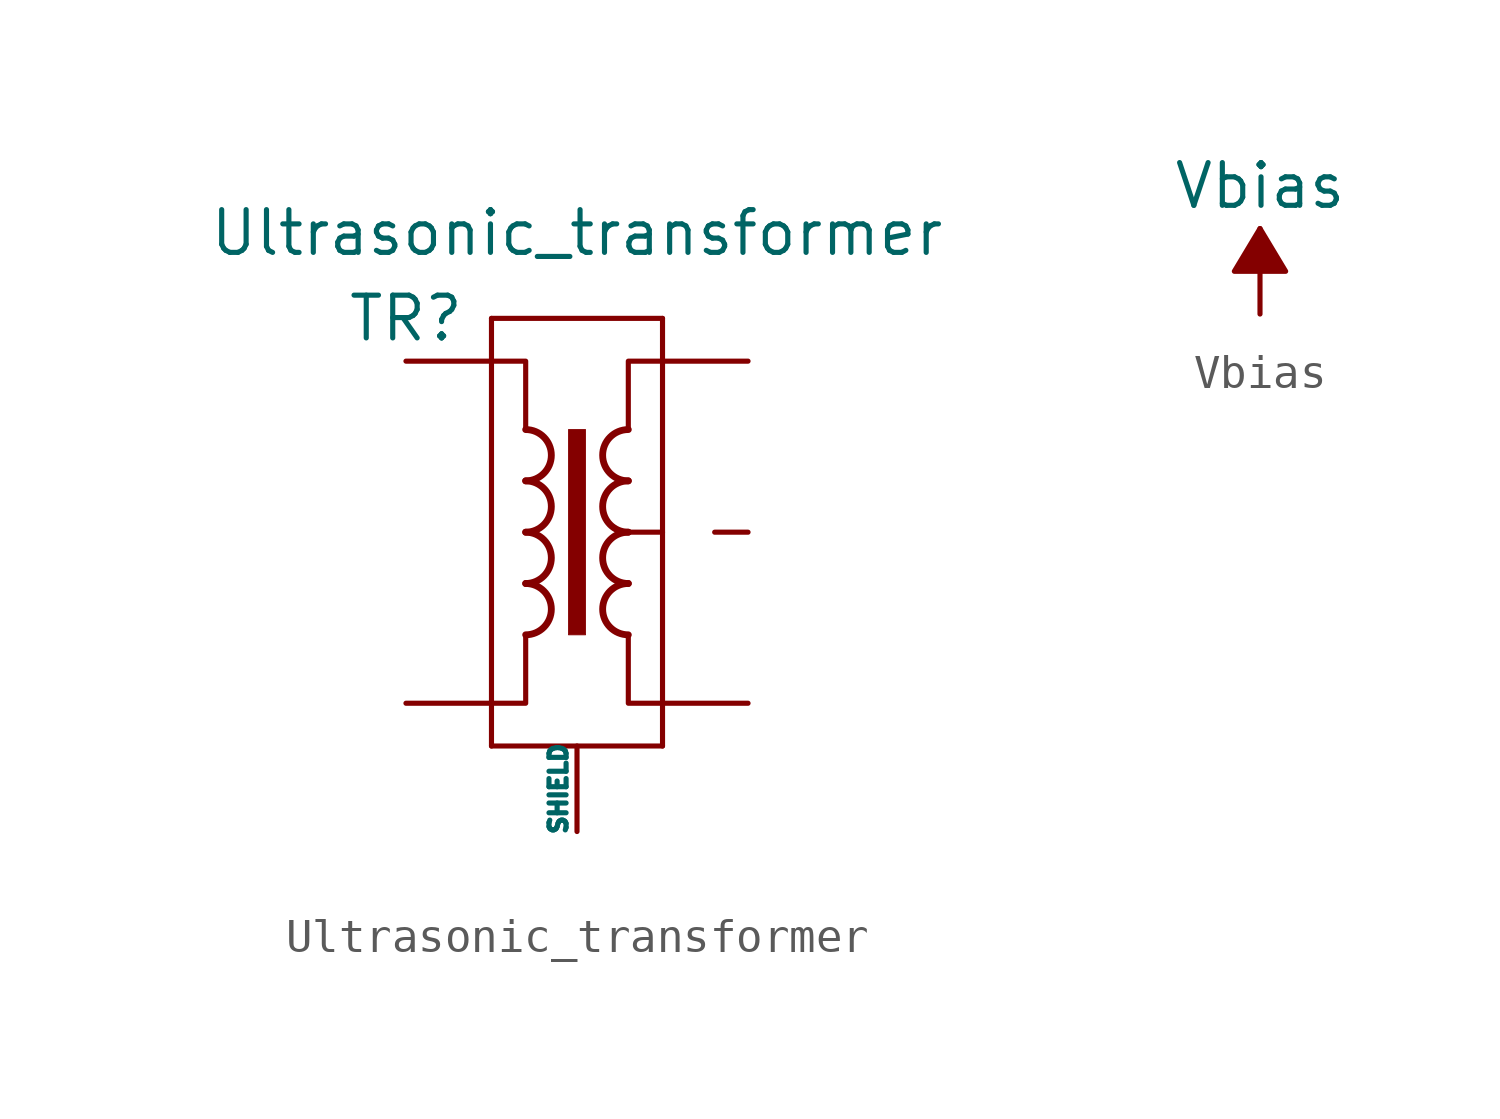
<source format=kicad_sym>
(kicad_symbol_lib
  (version 20211014)
  (generator kicad_symbol_editor)
  (symbol "Ultrasonic_transformer"
    (pin_numbers hide)
    (pin_names
      (offset 0))
    (property "Reference" "TR"
      (at -5.08 6.35 0)
      (effects (font (size 1.27 1.27))))
    (property "Value" "Ultrasonic_transformer"
      (at 0 8.89 0)
      (effects (font (size 1.27 1.27))))
    (symbol "Ultrasonic_transformer_0_1"
      (rectangle (start -2.54 -6.35) (end -2.54 6.35) (stroke (width 0) (type default) (color 0 0 0 0)) (fill (type none)))
      (rectangle (start -2.54 6.35) (end 2.54 6.35) (stroke (width 0) (type default) (color 0 0 0 0)) (fill (type none)))
      (arc (start -1.524 -3.048) (mid -0.762 -2.286) (end -1.524 -1.524) (stroke (width 0.2032) (type default) (color 0 0 0 0)) (fill (type none)))
      (arc (start -1.524 -1.524) (mid -0.762 -0.762) (end -1.524 0) (stroke (width 0.2032) (type default) (color 0 0 0 0)) (fill (type none)))
      (arc (start -1.524 0) (mid -0.762 0.762) (end -1.524 1.524) (stroke (width 0.2032) (type default) (color 0 0 0 0)) (fill (type none)))
      (arc (start -1.524 1.524) (mid -0.762 2.286) (end -1.524 3.048) (stroke (width 0.2032) (type default) (color 0 0 0 0)) (fill (type none)))
      (polyline (pts (xy 1.524 0) (xy 2.54 0) (xy 2.54 0)) (stroke (width 0) (type default) (color 0 0 0 0)) (fill (type outline)))
      (polyline (pts (xy -2.54 -5.08) (xy -1.524 -5.08) (xy -1.524 -3.048) (xy -1.524 -3.048)) (stroke (width 0.152) (type default) (color 0 0 0 0)) (fill (type none)))
      (polyline (pts (xy -1.524 3.048) (xy -1.524 5.08) (xy -2.54 5.08) (xy -2.54 5.08)) (stroke (width 0.152) (type default) (color 0 0 0 0)) (fill (type none)))
      (polyline (pts (xy 1.524 -3.048) (xy 1.524 -5.08) (xy 2.54 -5.08) (xy 2.54 -5.08)) (stroke (width 0.152) (type default) (color 0 0 0 0)) (fill (type none)))
      (polyline (pts (xy 2.54 5.08) (xy 1.524 5.08) (xy 1.524 3.048) (xy 1.524 3.048)) (stroke (width 0.152) (type default) (color 0 0 0 0)) (fill (type none)))
      (rectangle (start 0.254 3.048) (end -0.254 -3.048) (stroke (width 0.025) (type default) (color 0 0 0 0)) (fill (type outline)))
      (arc (start 1.524 -1.524) (mid 0.762 -2.286) (end 1.524 -3.048) (stroke (width 0.2032) (type default) (color 0 0 0 0)) (fill (type none)))
      (arc (start 1.524 0) (mid 0.762 -0.762) (end 1.524 -1.524) (stroke (width 0.2032) (type default) (color 0 0 0 0)) (fill (type none)))
      (arc (start 1.524 1.524) (mid 0.762 0.762) (end 1.524 0) (stroke (width 0.2032) (type default) (color 0 0 0 0)) (fill (type none)))
      (arc (start 1.524 3.048) (mid 0.762 2.286) (end 1.524 1.524) (stroke (width 0.2032) (type default) (color 0 0 0 0)) (fill (type none)))
      (rectangle (start 2.54 -6.35) (end -2.54 -6.35) (stroke (width 0) (type default) (color 0 0 0 0)) (fill (type none)))
      (rectangle (start 2.54 6.35) (end 2.54 -6.35) (stroke (width 0) (type default) (color 0 0 0 0)) (fill (type none))))
    (symbol "Ultrasonic_transformer_1_1"
      (pin passive line (at 5.08 -5.08 180) (length 2.54) (name "~" (effects (font (size 1.27 1.27)))) (number "1" (effects (font (size 1.27 1.27)))))
      (pin passive line (at 5.08 0 180) (length 0.991) (name "~" (effects (font (size 1.27 1.27)))) (number "2" (effects (font (size 1.27 1.27)))))
      (pin passive line (at 5.08 5.08 180) (length 2.54) (name "~" (effects (font (size 1.27 1.27)))) (number "3" (effects (font (size 1.27 1.27)))))
      (pin passive line (at -5.08 5.08 0) (length 2.54) (name "~" (effects (font (size 1.27 1.27)))) (number "4" (effects (font (size 1.27 1.27)))))
      (pin passive line (at -5.08 -5.08 0) (length 2.54) (name "~" (effects (font (size 1.27 1.27)))) (number "6" (effects (font (size 1.27 1.27)))))
      (pin passive line (at 0 -8.89 90) (length 2.54) (name "SHIELD" (effects (font (size 0.508 0.508)))) (number "7" (effects (font (size 1.27 1.27)))))
      (pin passive line (at 0 -8.89 90) (length 2.54) hide (name "~" (effects (font (size 1.27 1.27)))) (number "8" (effects (font (size 1.27 1.27)))))))
  (symbol "Vbias"
    (power)
    (pin_names
      (offset 0))
    (property "Reference" "#PWR"
      (at 0 -3.81 0)
      (effects (font (size 1.27 1.27)) hide))
    (property "Value" "Vbias"
      (at 0 3.81 0)
      (effects (font (size 1.27 1.27))))
    (symbol "Vbias_0_1"
      (polyline (pts (xy 0 0) (xy 0 2.54)) (stroke (width 0) (type default) (color 0 0 0 0)) (fill (type none)))
      (polyline (pts (xy 0.762 1.27) (xy -0.762 1.27) (xy 0 2.54) (xy 0.762 1.27)) (stroke (width 0) (type default) (color 0 0 0 0)) (fill (type outline))))
    (symbol "Vbias_1_1"
      (pin passive line (at 0 0 90) (length 0) hide (name "Vbias" (effects (font (size 1.27 1.27)))) (number "1" (effects (font (size 1.27 1.27))))))))
</source>
